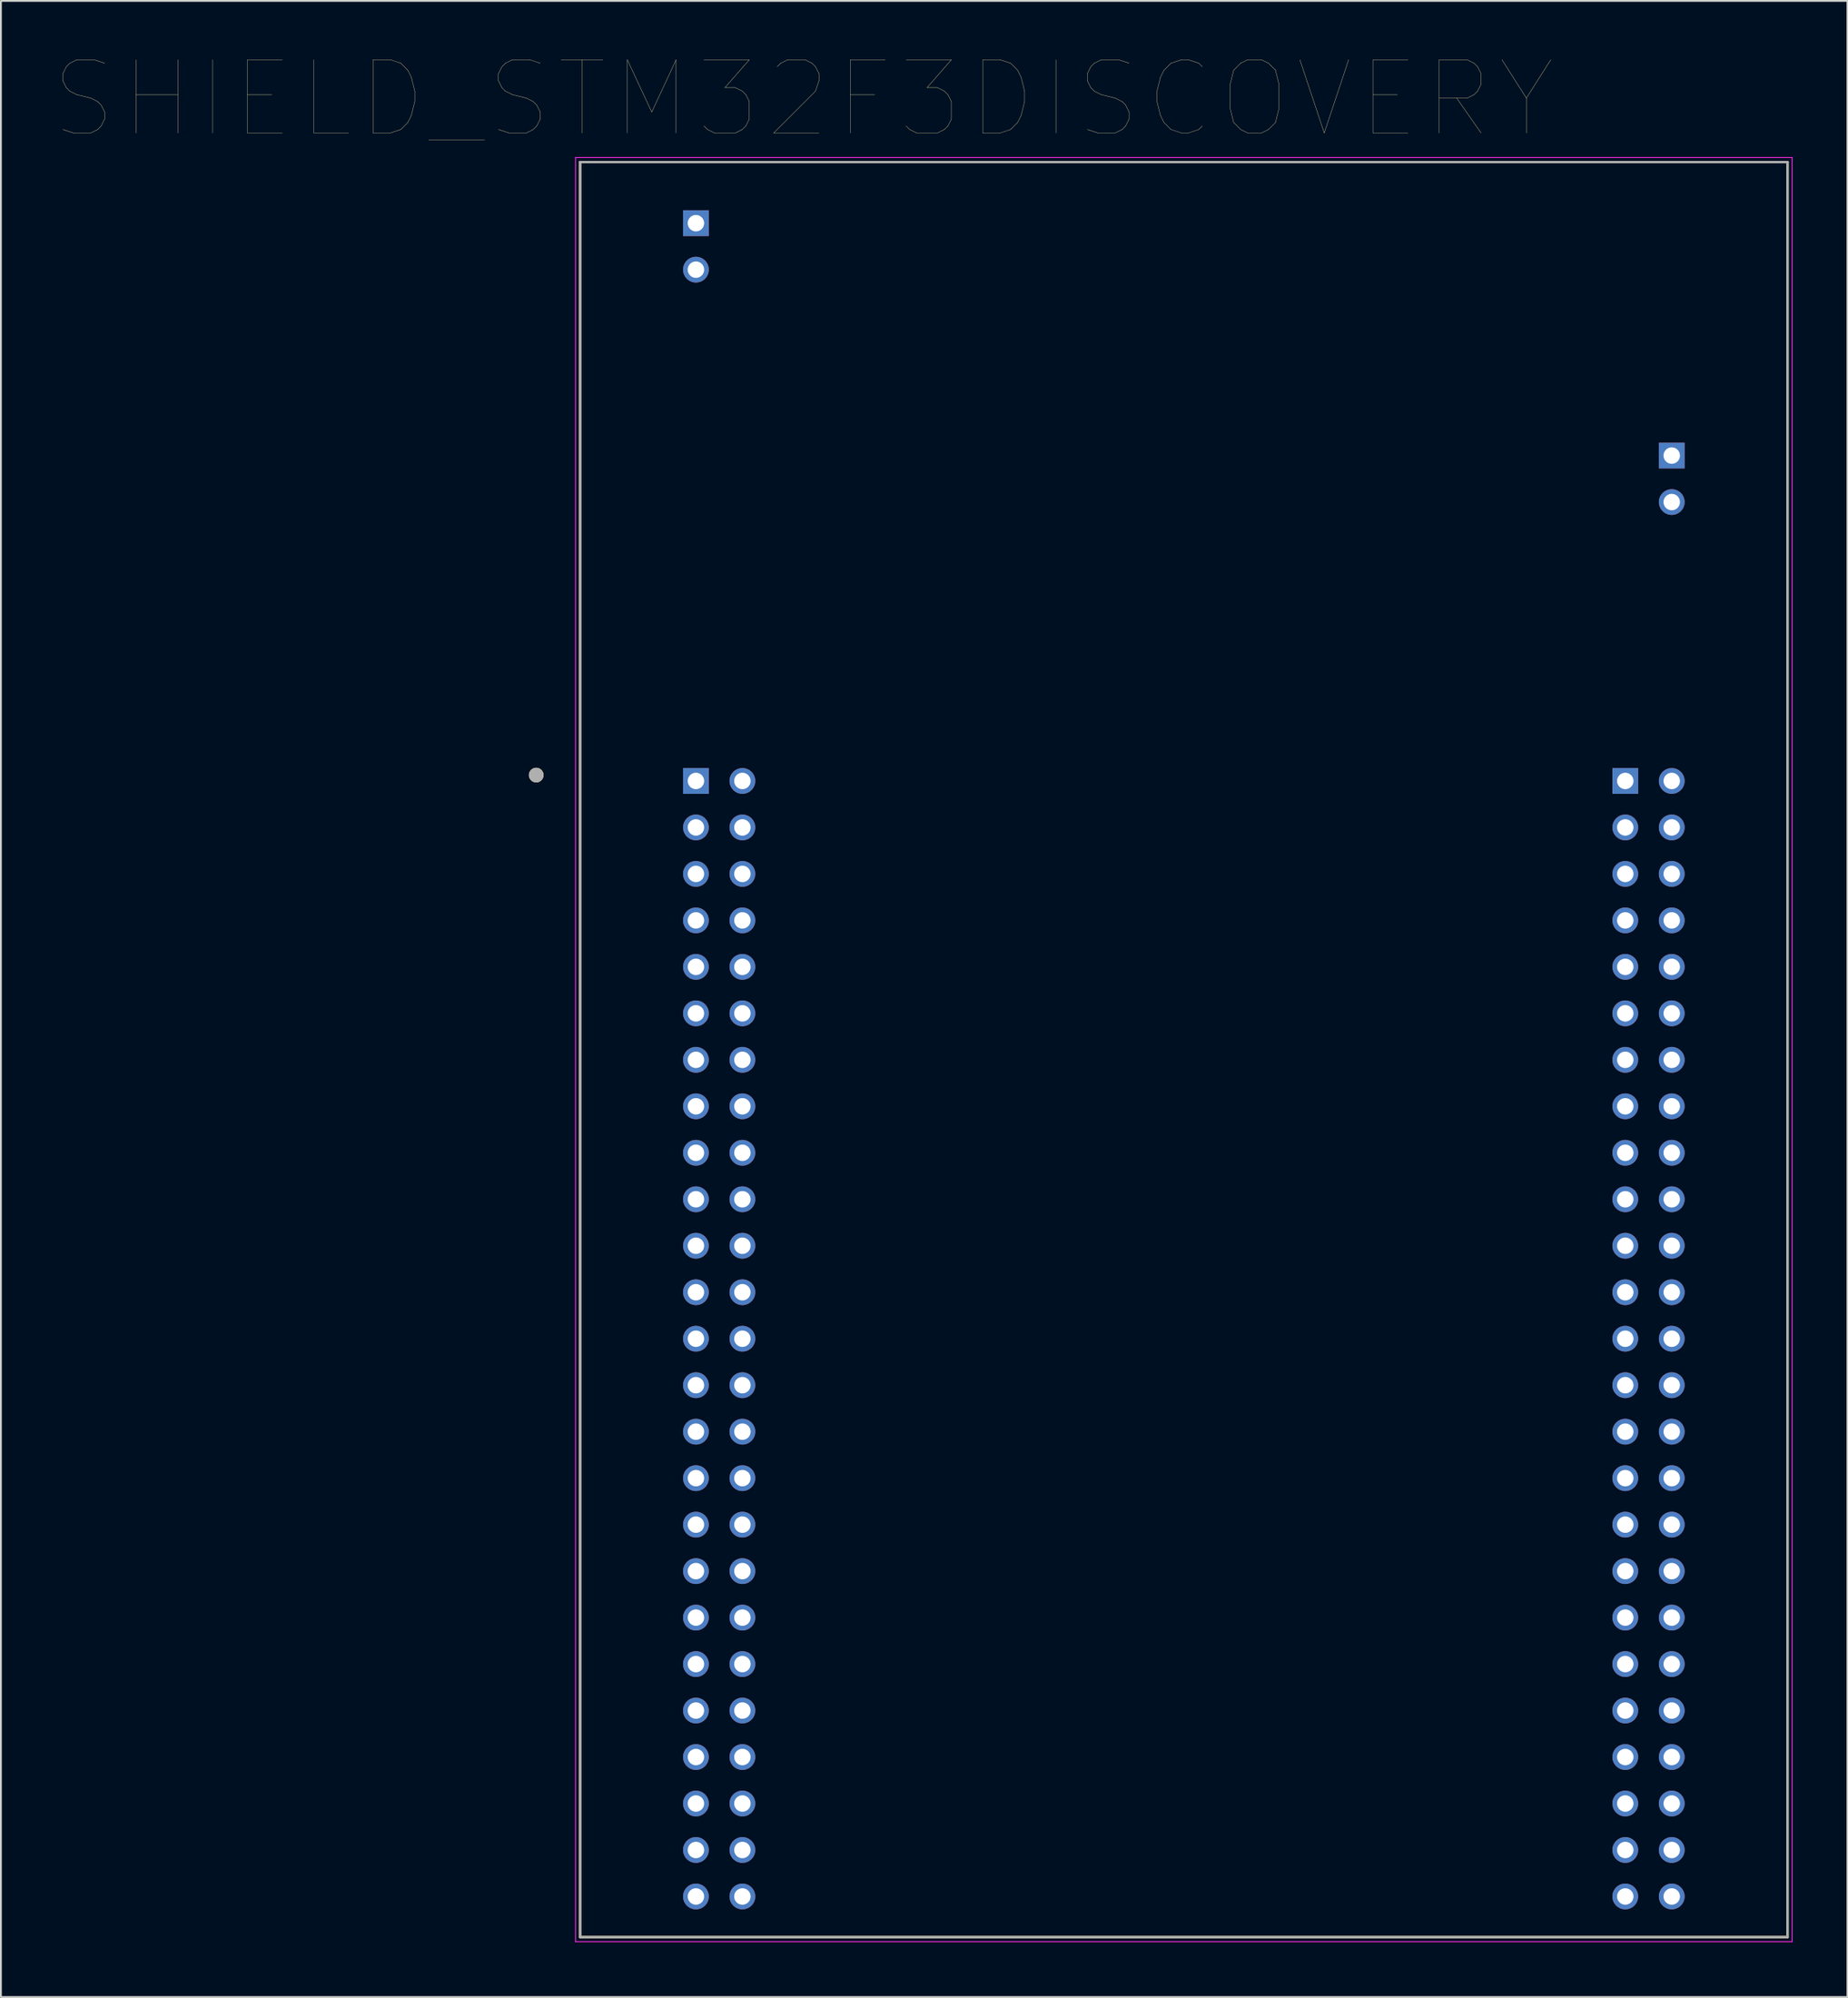
<source format=kicad_pcb>
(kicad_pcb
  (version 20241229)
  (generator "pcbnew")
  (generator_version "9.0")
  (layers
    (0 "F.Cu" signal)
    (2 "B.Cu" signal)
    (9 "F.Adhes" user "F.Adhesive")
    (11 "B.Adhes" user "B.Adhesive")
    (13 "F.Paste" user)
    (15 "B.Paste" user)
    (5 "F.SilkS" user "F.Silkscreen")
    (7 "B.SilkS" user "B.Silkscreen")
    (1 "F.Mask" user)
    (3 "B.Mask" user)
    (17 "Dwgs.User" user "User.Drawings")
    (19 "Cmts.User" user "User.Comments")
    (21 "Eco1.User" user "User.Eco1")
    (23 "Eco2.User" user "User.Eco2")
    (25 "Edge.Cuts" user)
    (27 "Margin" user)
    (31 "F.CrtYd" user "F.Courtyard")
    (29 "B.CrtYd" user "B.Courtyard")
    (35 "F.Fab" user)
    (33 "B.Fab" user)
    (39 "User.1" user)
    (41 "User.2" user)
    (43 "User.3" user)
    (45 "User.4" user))
  (footprint "SHIELD_STM32F3DISCOVERY"
    (layer "F.Cu")
    (at 61.661 54.306)
    (property "Reference" "SHIELD_STM32F3DISCOVERY" (at -20.8 -51.94 0) (layer "F.SilkS") (effects (font (size 4 4) (thickness 0.015))))
    (attr through_hole)
    (fp_line (start -33 -48.5) (end 33 -48.5) (stroke (width 0.127) (type solid)) (layer "F.SilkS"))
    (fp_line (start -33 48.5) (end -33 -48.5) (stroke (width 0.127) (type solid)) (layer "F.SilkS"))
    (fp_line (start 33 -48.5) (end 33 48.5) (stroke (width 0.127) (type solid)) (layer "F.SilkS"))
    (fp_line (start 33 48.5) (end -33 48.5) (stroke (width 0.127) (type solid)) (layer "F.SilkS"))
    (fp_circle (center -35.4 -15) (end -35.2 -15) (stroke (width 0.4) (type solid)) (fill no) (layer "F.SilkS"))
    (fp_line (start -33.25 -48.75) (end 33.25 -48.75) (stroke (width 0.05) (type solid)) (layer "F.CrtYd"))
    (fp_line (start -33.25 48.75) (end -33.25 -48.75) (stroke (width 0.05) (type solid)) (layer "F.CrtYd"))
    (fp_line (start 33.25 -48.75) (end 33.25 48.75) (stroke (width 0.05) (type solid)) (layer "F.CrtYd"))
    (fp_line (start 33.25 48.75) (end -33.25 48.75) (stroke (width 0.05) (type solid)) (layer "F.CrtYd"))
    (fp_line (start -33 -48.5) (end 33 -48.5) (stroke (width 0.127) (type solid)) (layer "F.Fab"))
    (fp_line (start -33 48.5) (end -33 -48.5) (stroke (width 0.127) (type solid)) (layer "F.Fab"))
    (fp_line (start 33 -48.5) (end 33 48.5) (stroke (width 0.127) (type solid)) (layer "F.Fab"))
    (fp_line (start 33 48.5) (end -33 48.5) (stroke (width 0.127) (type solid)) (layer "F.Fab"))
    (fp_circle (center -35.4 -15) (end -35.2 -15) (stroke (width 0.4) (type solid)) (fill no) (layer "F.Fab"))
    (pad "1" thru_hole rect (at -26.67 -14.68) (size 1.408 1.408) (drill 0.9) (layers "*.Cu" "*.Mask"))
    (pad "2" thru_hole circle (at -24.13 -14.68) (size 1.408 1.408) (drill 0.9) (layers "*.Cu" "*.Mask"))
    (pad "3" thru_hole circle (at -26.67 -12.14) (size 1.408 1.408) (drill 0.9) (layers "*.Cu" "*.Mask"))
    (pad "4" thru_hole circle (at -24.13 -12.14) (size 1.408 1.408) (drill 0.9) (layers "*.Cu" "*.Mask"))
    (pad "5" thru_hole circle (at -26.67 -9.6) (size 1.408 1.408) (drill 0.9) (layers "*.Cu" "*.Mask"))
    (pad "6" thru_hole circle (at -24.13 -9.6) (size 1.408 1.408) (drill 0.9) (layers "*.Cu" "*.Mask"))
    (pad "7" thru_hole circle (at -26.67 -7.06) (size 1.408 1.408) (drill 0.9) (layers "*.Cu" "*.Mask"))
    (pad "8" thru_hole circle (at -24.13 -7.06) (size 1.408 1.408) (drill 0.9) (layers "*.Cu" "*.Mask"))
    (pad "9" thru_hole circle (at -26.67 -4.52) (size 1.408 1.408) (drill 0.9) (layers "*.Cu" "*.Mask"))
    (pad "10" thru_hole circle (at -24.13 -4.52) (size 1.408 1.408) (drill 0.9) (layers "*.Cu" "*.Mask"))
    (pad "11" thru_hole circle (at -26.67 -1.98) (size 1.408 1.408) (drill 0.9) (layers "*.Cu" "*.Mask"))
    (pad "12" thru_hole circle (at -24.13 -1.98) (size 1.408 1.408) (drill 0.9) (layers "*.Cu" "*.Mask"))
    (pad "13" thru_hole circle (at -26.67 0.56) (size 1.408 1.408) (drill 0.9) (layers "*.Cu" "*.Mask"))
    (pad "14" thru_hole circle (at -24.13 0.56) (size 1.408 1.408) (drill 0.9) (layers "*.Cu" "*.Mask"))
    (pad "15" thru_hole circle (at -26.67 3.1) (size 1.408 1.408) (drill 0.9) (layers "*.Cu" "*.Mask"))
    (pad "16" thru_hole circle (at -24.13 3.1) (size 1.408 1.408) (drill 0.9) (layers "*.Cu" "*.Mask"))
    (pad "17" thru_hole circle (at -26.67 5.64) (size 1.408 1.408) (drill 0.9) (layers "*.Cu" "*.Mask"))
    (pad "18" thru_hole circle (at -24.13 5.64) (size 1.408 1.408) (drill 0.9) (layers "*.Cu" "*.Mask"))
    (pad "19" thru_hole circle (at -26.67 8.18) (size 1.408 1.408) (drill 0.9) (layers "*.Cu" "*.Mask"))
    (pad "20" thru_hole circle (at -24.13 8.18) (size 1.408 1.408) (drill 0.9) (layers "*.Cu" "*.Mask"))
    (pad "21" thru_hole circle (at -26.67 10.72) (size 1.408 1.408) (drill 0.9) (layers "*.Cu" "*.Mask"))
    (pad "22" thru_hole circle (at -24.13 10.72) (size 1.408 1.408) (drill 0.9) (layers "*.Cu" "*.Mask"))
    (pad "23" thru_hole circle (at -26.67 13.26) (size 1.408 1.408) (drill 0.9) (layers "*.Cu" "*.Mask"))
    (pad "24" thru_hole circle (at -24.13 13.26) (size 1.408 1.408) (drill 0.9) (layers "*.Cu" "*.Mask"))
    (pad "25" thru_hole circle (at -26.67 15.8) (size 1.408 1.408) (drill 0.9) (layers "*.Cu" "*.Mask"))
    (pad "26" thru_hole circle (at -24.13 15.8) (size 1.408 1.408) (drill 0.9) (layers "*.Cu" "*.Mask"))
    (pad "27" thru_hole circle (at -26.67 18.34) (size 1.408 1.408) (drill 0.9) (layers "*.Cu" "*.Mask"))
    (pad "28" thru_hole circle (at -24.13 18.34) (size 1.408 1.408) (drill 0.9) (layers "*.Cu" "*.Mask"))
    (pad "29" thru_hole circle (at -26.67 20.88) (size 1.408 1.408) (drill 0.9) (layers "*.Cu" "*.Mask"))
    (pad "30" thru_hole circle (at -24.13 20.88) (size 1.408 1.408) (drill 0.9) (layers "*.Cu" "*.Mask"))
    (pad "31" thru_hole circle (at -26.67 23.42) (size 1.408 1.408) (drill 0.9) (layers "*.Cu" "*.Mask"))
    (pad "32" thru_hole circle (at -24.13 23.42) (size 1.408 1.408) (drill 0.9) (layers "*.Cu" "*.Mask"))
    (pad "33" thru_hole circle (at -26.67 25.96) (size 1.408 1.408) (drill 0.9) (layers "*.Cu" "*.Mask"))
    (pad "34" thru_hole circle (at -24.13 25.96) (size 1.408 1.408) (drill 0.9) (layers "*.Cu" "*.Mask"))
    (pad "35" thru_hole circle (at -26.67 28.5) (size 1.408 1.408) (drill 0.9) (layers "*.Cu" "*.Mask"))
    (pad "36" thru_hole circle (at -24.13 28.5) (size 1.408 1.408) (drill 0.9) (layers "*.Cu" "*.Mask"))
    (pad "37" thru_hole circle (at -26.67 31.04) (size 1.408 1.408) (drill 0.9) (layers "*.Cu" "*.Mask"))
    (pad "38" thru_hole circle (at -24.13 31.04) (size 1.408 1.408) (drill 0.9) (layers "*.Cu" "*.Mask"))
    (pad "39" thru_hole circle (at -26.67 33.58) (size 1.408 1.408) (drill 0.9) (layers "*.Cu" "*.Mask"))
    (pad "40" thru_hole circle (at -24.13 33.58) (size 1.408 1.408) (drill 0.9) (layers "*.Cu" "*.Mask"))
    (pad "41" thru_hole circle (at -26.67 36.12) (size 1.408 1.408) (drill 0.9) (layers "*.Cu" "*.Mask"))
    (pad "42" thru_hole circle (at -24.13 36.12) (size 1.408 1.408) (drill 0.9) (layers "*.Cu" "*.Mask"))
    (pad "43" thru_hole circle (at -26.67 38.66) (size 1.408 1.408) (drill 0.9) (layers "*.Cu" "*.Mask"))
    (pad "44" thru_hole circle (at -24.13 38.66) (size 1.408 1.408) (drill 0.9) (layers "*.Cu" "*.Mask"))
    (pad "45" thru_hole circle (at -26.67 41.2) (size 1.408 1.408) (drill 0.9) (layers "*.Cu" "*.Mask"))
    (pad "46" thru_hole circle (at -24.13 41.2) (size 1.408 1.408) (drill 0.9) (layers "*.Cu" "*.Mask"))
    (pad "47" thru_hole circle (at -26.67 43.74) (size 1.408 1.408) (drill 0.9) (layers "*.Cu" "*.Mask"))
    (pad "48" thru_hole circle (at -24.13 43.74) (size 1.408 1.408) (drill 0.9) (layers "*.Cu" "*.Mask"))
    (pad "49" thru_hole circle (at -26.67 46.28) (size 1.408 1.408) (drill 0.9) (layers "*.Cu" "*.Mask"))
    (pad "50" thru_hole circle (at -24.13 46.28) (size 1.408 1.408) (drill 0.9) (layers "*.Cu" "*.Mask"))
    (pad "51" thru_hole rect (at 24.13 -14.68) (size 1.408 1.408) (drill 0.9) (layers "*.Cu" "*.Mask"))
    (pad "52" thru_hole circle (at 26.67 -14.68) (size 1.408 1.408) (drill 0.9) (layers "*.Cu" "*.Mask"))
    (pad "53" thru_hole circle (at 24.13 -12.14) (size 1.408 1.408) (drill 0.9) (layers "*.Cu" "*.Mask"))
    (pad "54" thru_hole circle (at 26.67 -12.14) (size 1.408 1.408) (drill 0.9) (layers "*.Cu" "*.Mask"))
    (pad "55" thru_hole circle (at 24.13 -9.6) (size 1.408 1.408) (drill 0.9) (layers "*.Cu" "*.Mask"))
    (pad "56" thru_hole circle (at 26.67 -9.6) (size 1.408 1.408) (drill 0.9) (layers "*.Cu" "*.Mask"))
    (pad "57" thru_hole circle (at 24.13 -7.06) (size 1.408 1.408) (drill 0.9) (layers "*.Cu" "*.Mask"))
    (pad "58" thru_hole circle (at 26.67 -7.06) (size 1.408 1.408) (drill 0.9) (layers "*.Cu" "*.Mask"))
    (pad "59" thru_hole circle (at 24.13 -4.52) (size 1.408 1.408) (drill 0.9) (layers "*.Cu" "*.Mask"))
    (pad "60" thru_hole circle (at 26.67 -4.52) (size 1.408 1.408) (drill 0.9) (layers "*.Cu" "*.Mask"))
    (pad "61" thru_hole circle (at 24.13 -1.98) (size 1.408 1.408) (drill 0.9) (layers "*.Cu" "*.Mask"))
    (pad "62" thru_hole circle (at 26.67 -1.98) (size 1.408 1.408) (drill 0.9) (layers "*.Cu" "*.Mask"))
    (pad "63" thru_hole circle (at 24.13 0.56) (size 1.408 1.408) (drill 0.9) (layers "*.Cu" "*.Mask"))
    (pad "64" thru_hole circle (at 26.67 0.56) (size 1.408 1.408) (drill 0.9) (layers "*.Cu" "*.Mask"))
    (pad "65" thru_hole circle (at 24.13 3.1) (size 1.408 1.408) (drill 0.9) (layers "*.Cu" "*.Mask"))
    (pad "66" thru_hole circle (at 26.67 3.1) (size 1.408 1.408) (drill 0.9) (layers "*.Cu" "*.Mask"))
    (pad "67" thru_hole circle (at 24.13 5.64) (size 1.408 1.408) (drill 0.9) (layers "*.Cu" "*.Mask"))
    (pad "68" thru_hole circle (at 26.67 5.64) (size 1.408 1.408) (drill 0.9) (layers "*.Cu" "*.Mask"))
    (pad "69" thru_hole circle (at 24.13 8.18) (size 1.408 1.408) (drill 0.9) (layers "*.Cu" "*.Mask"))
    (pad "70" thru_hole circle (at 26.67 8.18) (size 1.408 1.408) (drill 0.9) (layers "*.Cu" "*.Mask"))
    (pad "71" thru_hole circle (at 24.13 10.72) (size 1.408 1.408) (drill 0.9) (layers "*.Cu" "*.Mask"))
    (pad "72" thru_hole circle (at 26.67 10.72) (size 1.408 1.408) (drill 0.9) (layers "*.Cu" "*.Mask"))
    (pad "73" thru_hole circle (at 24.13 13.26) (size 1.408 1.408) (drill 0.9) (layers "*.Cu" "*.Mask"))
    (pad "74" thru_hole circle (at 26.67 13.26) (size 1.408 1.408) (drill 0.9) (layers "*.Cu" "*.Mask"))
    (pad "75" thru_hole circle (at 24.13 15.8) (size 1.408 1.408) (drill 0.9) (layers "*.Cu" "*.Mask"))
    (pad "76" thru_hole circle (at 26.67 15.8) (size 1.408 1.408) (drill 0.9) (layers "*.Cu" "*.Mask"))
    (pad "77" thru_hole circle (at 24.13 18.34) (size 1.408 1.408) (drill 0.9) (layers "*.Cu" "*.Mask"))
    (pad "78" thru_hole circle (at 26.67 18.34) (size 1.408 1.408) (drill 0.9) (layers "*.Cu" "*.Mask"))
    (pad "79" thru_hole circle (at 24.13 20.88) (size 1.408 1.408) (drill 0.9) (layers "*.Cu" "*.Mask"))
    (pad "80" thru_hole circle (at 26.67 20.88) (size 1.408 1.408) (drill 0.9) (layers "*.Cu" "*.Mask"))
    (pad "81" thru_hole circle (at 24.13 23.42) (size 1.408 1.408) (drill 0.9) (layers "*.Cu" "*.Mask"))
    (pad "82" thru_hole circle (at 26.67 23.42) (size 1.408 1.408) (drill 0.9) (layers "*.Cu" "*.Mask"))
    (pad "83" thru_hole circle (at 24.13 25.96) (size 1.408 1.408) (drill 0.9) (layers "*.Cu" "*.Mask"))
    (pad "84" thru_hole circle (at 26.67 25.96) (size 1.408 1.408) (drill 0.9) (layers "*.Cu" "*.Mask"))
    (pad "85" thru_hole circle (at 24.13 28.5) (size 1.408 1.408) (drill 0.9) (layers "*.Cu" "*.Mask"))
    (pad "86" thru_hole circle (at 26.67 28.5) (size 1.408 1.408) (drill 0.9) (layers "*.Cu" "*.Mask"))
    (pad "87" thru_hole circle (at 24.13 31.04) (size 1.408 1.408) (drill 0.9) (layers "*.Cu" "*.Mask"))
    (pad "88" thru_hole circle (at 26.67 31.04) (size 1.408 1.408) (drill 0.9) (layers "*.Cu" "*.Mask"))
    (pad "89" thru_hole circle (at 24.13 33.58) (size 1.408 1.408) (drill 0.9) (layers "*.Cu" "*.Mask"))
    (pad "90" thru_hole circle (at 26.67 33.58) (size 1.408 1.408) (drill 0.9) (layers "*.Cu" "*.Mask"))
    (pad "91" thru_hole circle (at 24.13 36.12) (size 1.408 1.408) (drill 0.9) (layers "*.Cu" "*.Mask"))
    (pad "92" thru_hole circle (at 26.67 36.12) (size 1.408 1.408) (drill 0.9) (layers "*.Cu" "*.Mask"))
    (pad "93" thru_hole circle (at 24.13 38.66) (size 1.408 1.408) (drill 0.9) (layers "*.Cu" "*.Mask"))
    (pad "94" thru_hole circle (at 26.67 38.66) (size 1.408 1.408) (drill 0.9) (layers "*.Cu" "*.Mask"))
    (pad "95" thru_hole circle (at 24.13 41.2) (size 1.408 1.408) (drill 0.9) (layers "*.Cu" "*.Mask"))
    (pad "96" thru_hole circle (at 26.67 41.2) (size 1.408 1.408) (drill 0.9) (layers "*.Cu" "*.Mask"))
    (pad "97" thru_hole circle (at 24.13 43.74) (size 1.408 1.408) (drill 0.9) (layers "*.Cu" "*.Mask"))
    (pad "98" thru_hole circle (at 26.67 43.74) (size 1.408 1.408) (drill 0.9) (layers "*.Cu" "*.Mask"))
    (pad "99" thru_hole circle (at 24.13 46.28) (size 1.408 1.408) (drill 0.9) (layers "*.Cu" "*.Mask"))
    (pad "100" thru_hole circle (at 26.67 46.28) (size 1.408 1.408) (drill 0.9) (layers "*.Cu" "*.Mask"))
    (pad "101" thru_hole rect (at -26.67 -45.16) (size 1.408 1.408) (drill 0.9) (layers "*.Cu" "*.Mask"))
    (pad "102" thru_hole circle (at -26.67 -42.62) (size 1.408 1.408) (drill 0.9) (layers "*.Cu" "*.Mask"))
    (pad "103" thru_hole rect (at 26.67 -32.46) (size 1.408 1.408) (drill 0.9) (layers "*.Cu" "*.Mask"))
    (pad "104" thru_hole circle (at 26.67 -29.92) (size 1.408 1.408) (drill 0.9) (layers "*.Cu" "*.Mask")))
  (gr_rect
    (start -3 -3)
    (end 97.936 106.081)
    (stroke (width 0.1) (type default))
    (fill no)
    (layer "Edge.Cuts")))
</source>
